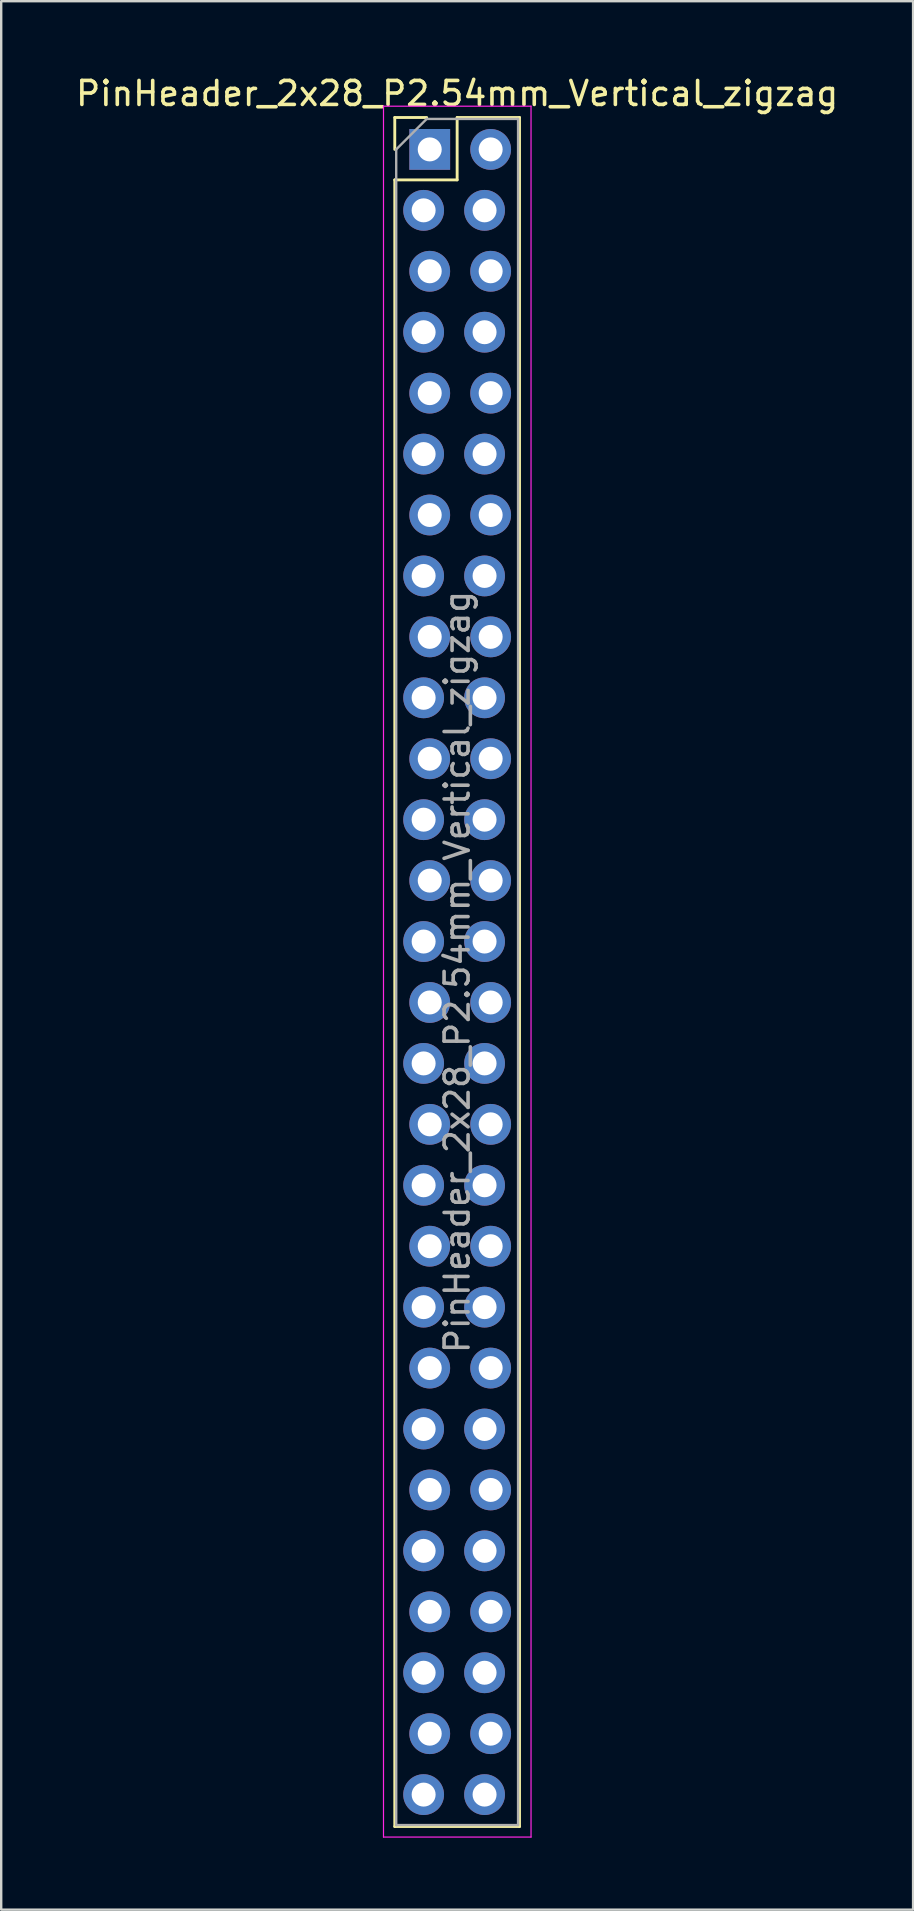
<source format=kicad_pcb>
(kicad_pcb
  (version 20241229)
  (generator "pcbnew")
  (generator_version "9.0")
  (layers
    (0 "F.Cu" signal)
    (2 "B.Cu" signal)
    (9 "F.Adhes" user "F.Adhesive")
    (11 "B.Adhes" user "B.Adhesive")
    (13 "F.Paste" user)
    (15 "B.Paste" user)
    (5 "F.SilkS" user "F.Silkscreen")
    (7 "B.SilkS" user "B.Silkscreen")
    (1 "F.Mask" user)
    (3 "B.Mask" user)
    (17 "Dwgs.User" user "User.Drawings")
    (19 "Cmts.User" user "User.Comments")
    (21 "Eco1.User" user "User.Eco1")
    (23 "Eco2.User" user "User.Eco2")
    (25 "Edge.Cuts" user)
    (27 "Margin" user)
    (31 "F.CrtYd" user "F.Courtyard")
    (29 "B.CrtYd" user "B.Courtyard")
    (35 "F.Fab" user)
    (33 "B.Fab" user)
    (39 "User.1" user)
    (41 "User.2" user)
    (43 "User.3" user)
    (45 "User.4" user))
  (footprint "PinHeader_2x28_P2.54mm_Vertical_zigzag"
    (layer "F.Cu")
    (at 14.736 3.178)
    (property "Reference" "PinHeader_2x28_P2.54mm_Vertical_zigzag" (at 1.27 -2.33 0) (layer "F.SilkS") (effects (font (size 1 1) (thickness 0.15))))
    (attr through_hole)
    (fp_line (start -1.33 -1.33) (end 0 -1.33) (stroke (width 0.12) (type solid)) (layer "F.SilkS"))
    (fp_line (start -1.33 0) (end -1.33 -1.33) (stroke (width 0.12) (type solid)) (layer "F.SilkS"))
    (fp_line (start -1.33 1.27) (end -1.33 69.91) (stroke (width 0.12) (type solid)) (layer "F.SilkS"))
    (fp_line (start -1.33 1.27) (end 1.27 1.27) (stroke (width 0.12) (type solid)) (layer "F.SilkS"))
    (fp_line (start -1.33 69.91) (end 3.87 69.91) (stroke (width 0.12) (type solid)) (layer "F.SilkS"))
    (fp_line (start 1.27 -1.33) (end 3.87 -1.33) (stroke (width 0.12) (type solid)) (layer "F.SilkS"))
    (fp_line (start 1.27 1.27) (end 1.27 -1.33) (stroke (width 0.12) (type solid)) (layer "F.SilkS"))
    (fp_line (start 3.87 -1.33) (end 3.87 69.91) (stroke (width 0.12) (type solid)) (layer "F.SilkS"))
    (fp_line (start -1.8 -1.8) (end -1.8 70.35) (stroke (width 0.05) (type solid)) (layer "F.CrtYd"))
    (fp_line (start -1.8 70.35) (end 4.35 70.35) (stroke (width 0.05) (type solid)) (layer "F.CrtYd"))
    (fp_line (start 4.35 -1.8) (end -1.8 -1.8) (stroke (width 0.05) (type solid)) (layer "F.CrtYd"))
    (fp_line (start 4.35 70.35) (end 4.35 -1.8) (stroke (width 0.05) (type solid)) (layer "F.CrtYd"))
    (fp_line (start -1.27 0) (end 0 -1.27) (stroke (width 0.1) (type solid)) (layer "F.Fab"))
    (fp_line (start -1.27 69.85) (end -1.27 0) (stroke (width 0.1) (type solid)) (layer "F.Fab"))
    (fp_line (start 0 -1.27) (end 3.81 -1.27) (stroke (width 0.1) (type solid)) (layer "F.Fab"))
    (fp_line (start 3.81 -1.27) (end 3.81 69.85) (stroke (width 0.1) (type solid)) (layer "F.Fab"))
    (fp_line (start 3.81 69.85) (end -1.27 69.85) (stroke (width 0.1) (type solid)) (layer "F.Fab"))
    (fp_text user "${REFERENCE}" (at 1.27 34.29 90) (layer "F.Fab") (effects (font (size 1 1) (thickness 0.15))))
    (pad "1" thru_hole rect (at 0.127 0) (size 1.7 1.7) (drill 1) (layers "*.Cu" "*.Mask"))
    (pad "2" thru_hole oval (at 2.667 0) (size 1.7 1.7) (drill 1) (layers "*.Cu" "*.Mask"))
    (pad "3" thru_hole oval (at -0.127 2.54) (size 1.7 1.7) (drill 1) (layers "*.Cu" "*.Mask"))
    (pad "4" thru_hole oval (at 2.413 2.54) (size 1.7 1.7) (drill 1) (layers "*.Cu" "*.Mask"))
    (pad "5" thru_hole oval (at 0.127 5.08) (size 1.7 1.7) (drill 1) (layers "*.Cu" "*.Mask"))
    (pad "6" thru_hole oval (at 2.667 5.08) (size 1.7 1.7) (drill 1) (layers "*.Cu" "*.Mask"))
    (pad "7" thru_hole oval (at -0.127 7.62) (size 1.7 1.7) (drill 1) (layers "*.Cu" "*.Mask"))
    (pad "8" thru_hole oval (at 2.413 7.62) (size 1.7 1.7) (drill 1) (layers "*.Cu" "*.Mask"))
    (pad "9" thru_hole oval (at 0.127 10.16) (size 1.7 1.7) (drill 1) (layers "*.Cu" "*.Mask"))
    (pad "10" thru_hole oval (at 2.667 10.16) (size 1.7 1.7) (drill 1) (layers "*.Cu" "*.Mask"))
    (pad "11" thru_hole oval (at -0.127 12.7) (size 1.7 1.7) (drill 1) (layers "*.Cu" "*.Mask"))
    (pad "12" thru_hole oval (at 2.413 12.7) (size 1.7 1.7) (drill 1) (layers "*.Cu" "*.Mask"))
    (pad "13" thru_hole oval (at 0.127 15.24) (size 1.7 1.7) (drill 1) (layers "*.Cu" "*.Mask"))
    (pad "14" thru_hole oval (at 2.667 15.24) (size 1.7 1.7) (drill 1) (layers "*.Cu" "*.Mask"))
    (pad "15" thru_hole oval (at -0.127 17.78) (size 1.7 1.7) (drill 1) (layers "*.Cu" "*.Mask"))
    (pad "16" thru_hole oval (at 2.413 17.78) (size 1.7 1.7) (drill 1) (layers "*.Cu" "*.Mask"))
    (pad "17" thru_hole oval (at 0.127 20.32) (size 1.7 1.7) (drill 1) (layers "*.Cu" "*.Mask"))
    (pad "18" thru_hole oval (at 2.667 20.32) (size 1.7 1.7) (drill 1) (layers "*.Cu" "*.Mask"))
    (pad "19" thru_hole oval (at -0.127 22.86) (size 1.7 1.7) (drill 1) (layers "*.Cu" "*.Mask"))
    (pad "20" thru_hole oval (at 2.413 22.86) (size 1.7 1.7) (drill 1) (layers "*.Cu" "*.Mask"))
    (pad "21" thru_hole oval (at 0.127 25.4) (size 1.7 1.7) (drill 1) (layers "*.Cu" "*.Mask"))
    (pad "22" thru_hole oval (at 2.667 25.4) (size 1.7 1.7) (drill 1) (layers "*.Cu" "*.Mask"))
    (pad "23" thru_hole oval (at -0.127 27.94) (size 1.7 1.7) (drill 1) (layers "*.Cu" "*.Mask"))
    (pad "24" thru_hole oval (at 2.413 27.94) (size 1.7 1.7) (drill 1) (layers "*.Cu" "*.Mask"))
    (pad "25" thru_hole oval (at 0.127 30.48) (size 1.7 1.7) (drill 1) (layers "*.Cu" "*.Mask"))
    (pad "26" thru_hole oval (at 2.667 30.48) (size 1.7 1.7) (drill 1) (layers "*.Cu" "*.Mask"))
    (pad "27" thru_hole oval (at -0.127 33.02) (size 1.7 1.7) (drill 1) (layers "*.Cu" "*.Mask"))
    (pad "28" thru_hole oval (at 2.413 33.02) (size 1.7 1.7) (drill 1) (layers "*.Cu" "*.Mask"))
    (pad "29" thru_hole oval (at 0.127 35.56) (size 1.7 1.7) (drill 1) (layers "*.Cu" "*.Mask"))
    (pad "30" thru_hole oval (at 2.667 35.56) (size 1.7 1.7) (drill 1) (layers "*.Cu" "*.Mask"))
    (pad "31" thru_hole oval (at -0.127 38.1) (size 1.7 1.7) (drill 1) (layers "*.Cu" "*.Mask"))
    (pad "32" thru_hole oval (at 2.413 38.1) (size 1.7 1.7) (drill 1) (layers "*.Cu" "*.Mask"))
    (pad "33" thru_hole oval (at 0.127 40.64) (size 1.7 1.7) (drill 1) (layers "*.Cu" "*.Mask"))
    (pad "34" thru_hole oval (at 2.667 40.64) (size 1.7 1.7) (drill 1) (layers "*.Cu" "*.Mask"))
    (pad "35" thru_hole oval (at -0.127 43.18) (size 1.7 1.7) (drill 1) (layers "*.Cu" "*.Mask"))
    (pad "36" thru_hole oval (at 2.413 43.18) (size 1.7 1.7) (drill 1) (layers "*.Cu" "*.Mask"))
    (pad "37" thru_hole oval (at 0.127 45.72) (size 1.7 1.7) (drill 1) (layers "*.Cu" "*.Mask"))
    (pad "38" thru_hole oval (at 2.667 45.72) (size 1.7 1.7) (drill 1) (layers "*.Cu" "*.Mask"))
    (pad "39" thru_hole oval (at -0.127 48.26) (size 1.7 1.7) (drill 1) (layers "*.Cu" "*.Mask"))
    (pad "40" thru_hole oval (at 2.413 48.26) (size 1.7 1.7) (drill 1) (layers "*.Cu" "*.Mask"))
    (pad "41" thru_hole oval (at 0.127 50.8) (size 1.7 1.7) (drill 1) (layers "*.Cu" "*.Mask"))
    (pad "42" thru_hole oval (at 2.667 50.8) (size 1.7 1.7) (drill 1) (layers "*.Cu" "*.Mask"))
    (pad "43" thru_hole oval (at -0.127 53.34) (size 1.7 1.7) (drill 1) (layers "*.Cu" "*.Mask"))
    (pad "44" thru_hole oval (at 2.413 53.34) (size 1.7 1.7) (drill 1) (layers "*.Cu" "*.Mask"))
    (pad "45" thru_hole oval (at 0.127 55.88) (size 1.7 1.7) (drill 1) (layers "*.Cu" "*.Mask"))
    (pad "46" thru_hole oval (at 2.667 55.88) (size 1.7 1.7) (drill 1) (layers "*.Cu" "*.Mask"))
    (pad "47" thru_hole oval (at -0.127 58.42) (size 1.7 1.7) (drill 1) (layers "*.Cu" "*.Mask"))
    (pad "48" thru_hole oval (at 2.413 58.42) (size 1.7 1.7) (drill 1) (layers "*.Cu" "*.Mask"))
    (pad "49" thru_hole oval (at 0.127 60.96) (size 1.7 1.7) (drill 1) (layers "*.Cu" "*.Mask"))
    (pad "50" thru_hole oval (at 2.667 60.96) (size 1.7 1.7) (drill 1) (layers "*.Cu" "*.Mask"))
    (pad "51" thru_hole oval (at -0.127 63.5) (size 1.7 1.7) (drill 1) (layers "*.Cu" "*.Mask"))
    (pad "52" thru_hole oval (at 2.413 63.5) (size 1.7 1.7) (drill 1) (layers "*.Cu" "*.Mask"))
    (pad "53" thru_hole oval (at 0.127 66.04) (size 1.7 1.7) (drill 1) (layers "*.Cu" "*.Mask"))
    (pad "54" thru_hole oval (at 2.667 66.04) (size 1.7 1.7) (drill 1) (layers "*.Cu" "*.Mask"))
    (pad "55" thru_hole oval (at -0.127 68.58) (size 1.7 1.7) (drill 1) (layers "*.Cu" "*.Mask"))
    (pad "56" thru_hole oval (at 2.413 68.58) (size 1.7 1.7) (drill 1) (layers "*.Cu" "*.Mask")))
  (gr_rect
    (start -3 -3)
    (end 35.012 76.553)
    (stroke (width 0.1) (type default))
    (fill no)
    (layer "Edge.Cuts")))
</source>
